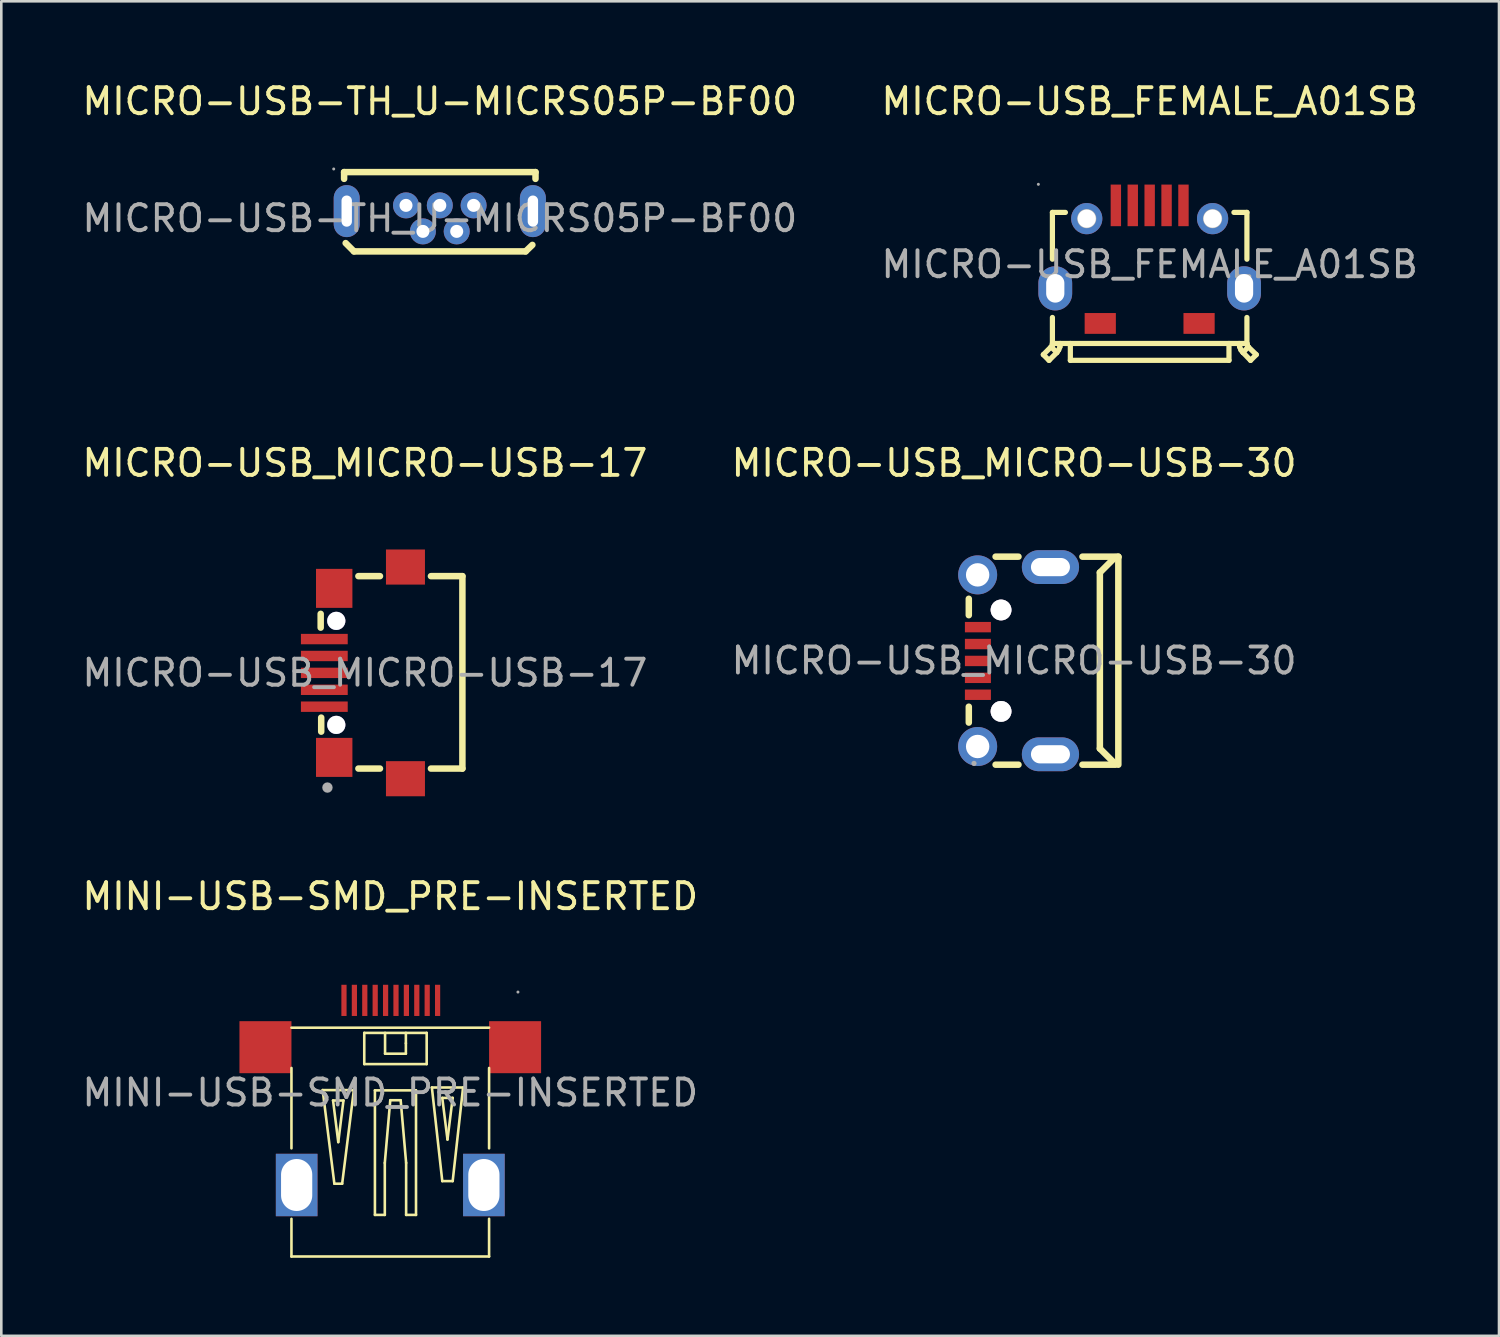
<source format=kicad_pcb>
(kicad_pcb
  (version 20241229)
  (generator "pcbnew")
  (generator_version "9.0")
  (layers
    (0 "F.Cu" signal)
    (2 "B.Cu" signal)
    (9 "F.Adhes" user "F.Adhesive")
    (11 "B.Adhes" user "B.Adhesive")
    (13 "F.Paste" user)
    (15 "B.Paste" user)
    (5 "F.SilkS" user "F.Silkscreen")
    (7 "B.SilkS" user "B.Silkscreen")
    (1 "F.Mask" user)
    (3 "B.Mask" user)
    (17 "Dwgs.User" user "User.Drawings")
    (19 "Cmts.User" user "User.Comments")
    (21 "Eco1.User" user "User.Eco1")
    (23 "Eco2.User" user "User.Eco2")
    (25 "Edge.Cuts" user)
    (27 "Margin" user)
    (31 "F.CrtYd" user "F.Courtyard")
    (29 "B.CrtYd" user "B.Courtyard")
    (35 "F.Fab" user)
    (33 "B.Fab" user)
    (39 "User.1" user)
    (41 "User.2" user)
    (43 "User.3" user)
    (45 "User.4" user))
  (footprint "MICRO-USB-TH_U-MICRS05P-BF00"
    (layer "F.Cu")
    (at 13.863 5.348)
    (property "Reference" "MICRO-USB-TH_U-MICRS05P-BF00" (at 0 -4.5 0) (layer "F.SilkS") (effects (font (size 1 1) (thickness 0.15))))
    (attr through_hole)
    (fp_line (start -3.68 -1.78) (end 3.68 -1.78) (stroke (width 0.25) (type solid)) (layer "F.SilkS"))
    (fp_line (start -3.68 -1.52) (end -3.68 -1.78) (stroke (width 0.25) (type solid)) (layer "F.SilkS"))
    (fp_line (start -3.62 0.95) (end -3.3 1.27) (stroke (width 0.25) (type solid)) (layer "F.SilkS"))
    (fp_line (start -3.3 1.27) (end 3.3 1.27) (stroke (width 0.25) (type solid)) (layer "F.SilkS"))
    (fp_line (start 3.3 1.27) (end 3.56 1.02) (stroke (width 0.25) (type solid)) (layer "F.SilkS"))
    (fp_line (start 3.68 -1.78) (end 3.68 -1.52) (stroke (width 0.25) (type solid)) (layer "F.SilkS"))
    (fp_circle (center -4.08 -1.9) (end -4.05 -1.9) (stroke (width 0.06) (type solid)) (fill no) (layer "F.Fab"))
    (fp_circle (center -1.3 -0.5) (end -1.22 -0.5) (stroke (width 0.15) (type solid)) (fill no) (layer "F.Fab"))
    (fp_circle (center -0.65 0.5) (end -0.57 0.5) (stroke (width 0.15) (type solid)) (fill no) (layer "F.Fab"))
    (fp_circle (center 0 -0.5) (end 0.08 -0.5) (stroke (width 0.15) (type solid)) (fill no) (layer "F.Fab"))
    (fp_circle (center 0.65 0.5) (end 0.73 0.5) (stroke (width 0.15) (type solid)) (fill no) (layer "F.Fab"))
    (fp_circle (center 1.3 -0.5) (end 1.38 -0.5) (stroke (width 0.15) (type solid)) (fill no) (layer "F.Fab"))
    (fp_text user "${REFERENCE}" (at 0 0 0) (layer "F.Fab") (effects (font (size 1 1) (thickness 0.15))))
    (pad "1" thru_hole circle (at -1.3 -0.5) (size 1 1) (drill 0.5) (layers "*.Cu" "*.Paste" "*.Mask"))
    (pad "2" thru_hole circle (at -0.65 0.5) (size 1 1) (drill 0.5) (layers "*.Cu" "*.Paste" "*.Mask"))
    (pad "3" thru_hole circle (at 0 -0.5) (size 1 1) (drill 0.5) (layers "*.Cu" "*.Paste" "*.Mask"))
    (pad "4" thru_hole circle (at 0.65 0.5) (size 1 1) (drill 0.5) (layers "*.Cu" "*.Paste" "*.Mask"))
    (pad "5" thru_hole circle (at 1.3 -0.5) (size 1 1) (drill 0.5) (layers "*.Cu" "*.Paste" "*.Mask"))
    (pad "6" thru_hole oval (at -3.58 -0.28 90) (size 2 1) (drill oval 1.2 0.4) (layers "*.Cu" "*.Paste" "*.Mask"))
    (pad "6" thru_hole oval (at 3.58 -0.28 90) (size 2 1) (drill oval 1.2 0.4) (layers "*.Cu" "*.Paste" "*.Mask")))
  (footprint "MICRO-USB_MICRO-USB-17"
    (layer "F.Cu")
    (at 10.982 22.826)
    (property "Reference" "MICRO-USB_MICRO-USB-17" (at 0 -8.07 0) (layer "F.SilkS") (effects (font (size 1 1) (thickness 0.15))))
    (attr through_hole)
    (fp_line (start -1.7 -2.27) (end -1.7 -1.74) (stroke (width 0.25) (type solid)) (layer "F.SilkS"))
    (fp_line (start -1.68 1.72) (end -1.68 2.26) (stroke (width 0.25) (type solid)) (layer "F.SilkS"))
    (fp_line (start 0.58 -3.72) (end -0.25 -3.72) (stroke (width 0.25) (type solid)) (layer "F.SilkS"))
    (fp_line (start 0.58 3.68) (end -0.25 3.68) (stroke (width 0.25) (type solid)) (layer "F.SilkS"))
    (fp_line (start 3.75 -3.72) (end 2.54 -3.72) (stroke (width 0.25) (type solid)) (layer "F.SilkS"))
    (fp_line (start 3.75 -3.72) (end 3.75 3.68) (stroke (width 0.25) (type solid)) (layer "F.SilkS"))
    (fp_line (start 3.75 3.68) (end 2.54 3.68) (stroke (width 0.25) (type solid)) (layer "F.SilkS"))
    (fp_circle (center -1.44 4.41) (end -1.34 4.41) (stroke (width 0.2) (type solid)) (fill no) (layer "F.Fab"))
    (fp_text user "${REFERENCE}" (at 0 0 0) (layer "F.Fab") (effects (font (size 1 1) (thickness 0.15))))
    (pad "" thru_hole circle (at -1.1 -2) (size 0.7 0.7) (drill 0.7) (layers "*.Cu" "*.Mask"))
    (pad "" thru_hole circle (at -1.1 2) (size 0.7 0.7) (drill 0.7) (layers "*.Cu" "*.Mask"))
    (pad "0" smd rect (at -1.18 -3.25 270) (size 1.5 1.4) (layers "F.Cu" "F.Mask" "F.Paste"))
    (pad "0" smd rect (at -1.18 3.25 270) (size 1.5 1.4) (layers "F.Cu" "F.Mask" "F.Paste"))
    (pad "0" smd rect (at 1.56 -4.07) (size 1.5 1.35) (layers "F.Cu" "F.Mask" "F.Paste"))
    (pad "0" smd rect (at 1.56 4.07) (size 1.5 1.35) (layers "F.Cu" "F.Mask" "F.Paste"))
    (pad "1" smd rect (at -1.56 1.3) (size 1.8 0.4) (layers "F.Cu" "F.Mask" "F.Paste"))
    (pad "2" smd rect (at -1.56 0.65) (size 1.8 0.4) (layers "F.Cu" "F.Mask" "F.Paste"))
    (pad "3" smd rect (at -1.56 0) (size 1.8 0.4) (layers "F.Cu" "F.Mask" "F.Paste"))
    (pad "4" smd rect (at -1.56 -0.65) (size 1.8 0.4) (layers "F.Cu" "F.Mask" "F.Paste"))
    (pad "5" smd rect (at -1.56 -1.3) (size 1.8 0.4) (layers "F.Cu" "F.Mask" "F.Paste")))
  (footprint "MICRO-USB_MICRO-USB-30"
    (layer "F.Cu")
    (at 35.946 22.357)
    (property "Reference" "MICRO-USB_MICRO-USB-30" (at 0 -7.6 0) (layer "F.SilkS") (effects (font (size 1 1) (thickness 0.15))))
    (attr through_hole)
    (fp_line (start -1.74 -2.38) (end -1.74 -1.75) (stroke (width 0.25) (type solid)) (layer "F.SilkS"))
    (fp_line (start -1.74 1.77) (end -1.74 2.38) (stroke (width 0.25) (type solid)) (layer "F.SilkS"))
    (fp_line (start -0.71 -4) (end 0.17 -4) (stroke (width 0.25) (type solid)) (layer "F.SilkS"))
    (fp_line (start -0.71 4) (end 0.17 4) (stroke (width 0.25) (type solid)) (layer "F.SilkS"))
    (fp_line (start 2.63 -4) (end 4.01 -4) (stroke (width 0.25) (type solid)) (layer "F.SilkS"))
    (fp_line (start 2.63 4) (end 3.89 4) (stroke (width 0.25) (type solid)) (layer "F.SilkS"))
    (fp_line (start 3.3 -3.39) (end 3.3 3.38) (stroke (width 0.25) (type solid)) (layer "F.SilkS"))
    (fp_line (start 3.89 -3.98) (end 3.3 -3.39) (stroke (width 0.25) (type solid)) (layer "F.SilkS"))
    (fp_line (start 3.89 3.97) (end 3.3 3.38) (stroke (width 0.25) (type solid)) (layer "F.SilkS"))
    (fp_line (start 3.99 3.97) (end 3.89 3.97) (stroke (width 0.25) (type solid)) (layer "F.SilkS"))
    (fp_line (start 4.01 -4) (end 4.01 4) (stroke (width 0.25) (type solid)) (layer "F.SilkS"))
    (fp_line (start 4.01 -3.98) (end 3.89 -3.98) (stroke (width 0.25) (type solid)) (layer "F.SilkS"))
    (fp_circle (center -1.54 3.95) (end -1.49 3.95) (stroke (width 0.1) (type solid)) (fill no) (layer "F.Fab"))
    (fp_circle (center -1.4 -3.3) (end -1.25 -3.3) (stroke (width 0.3) (type solid)) (fill no) (layer "F.Fab"))
    (fp_circle (center -1.4 3.3) (end -1.25 3.3) (stroke (width 0.3) (type solid)) (fill no) (layer "F.Fab"))
    (fp_circle (center -0.5 -1.95) (end -0.3 -1.95) (stroke (width 0.4) (type solid)) (fill no) (layer "F.Fab"))
    (fp_circle (center -0.5 -1.95) (end -0.2 -1.95) (stroke (width 0.13) (type solid)) (fill no) (layer "F.Fab"))
    (fp_circle (center -0.5 1.95) (end -0.3 1.95) (stroke (width 0.4) (type solid)) (fill no) (layer "F.Fab"))
    (fp_circle (center -0.5 1.95) (end -0.2 1.95) (stroke (width 0.13) (type solid)) (fill no) (layer "F.Fab"))
    (fp_text user "${REFERENCE}" (at 0 0 0) (layer "F.Fab") (effects (font (size 1 1) (thickness 0.15))))
    (pad "" thru_hole circle (at -0.5 -1.95) (size 0.8 0.8) (drill 0.8) (layers "*.Cu" "*.Mask"))
    (pad "" thru_hole circle (at -0.5 1.95) (size 0.8 0.8) (drill 0.8) (layers "*.Cu" "*.Mask"))
    (pad "1" smd rect (at -1.39 1.31) (size 1 0.4) (layers "F.Cu" "F.Mask" "F.Paste"))
    (pad "2" smd rect (at -1.39 0.66) (size 1 0.4) (layers "F.Cu" "F.Mask" "F.Paste"))
    (pad "3" smd rect (at -1.39 0.01) (size 1 0.4) (layers "F.Cu" "F.Mask" "F.Paste"))
    (pad "4" smd rect (at -1.39 -0.64) (size 1 0.4) (layers "F.Cu" "F.Mask" "F.Paste"))
    (pad "5" smd rect (at -1.39 -1.29) (size 1 0.4) (layers "F.Cu" "F.Mask" "F.Paste"))
    (pad "6" thru_hole circle (at -1.4 -3.3 90) (size 1.5 1.5) (drill 0.9) (layers "*.Cu" "*.Paste" "*.Mask"))
    (pad "7" thru_hole oval (at 1.4 -3.6 90) (size 1.3 2.2) (drill oval 0.7 1.5) (layers "*.Cu" "*.Paste" "*.Mask"))
    (pad "8" thru_hole oval (at 1.4 3.6 90) (size 1.3 2.2) (drill oval 0.7 1.5) (layers "*.Cu" "*.Paste" "*.Mask"))
    (pad "9" thru_hole circle (at -1.4 3.3 90) (size 1.5 1.5) (drill 0.9) (layers "*.Cu" "*.Paste" "*.Mask")))
  (footprint "MINI-USB-SMD_PRE-INSERTED"
    (layer "F.Cu")
    (at 11.958 38.97)
    (property "Reference" "MINI-USB-SMD_PRE-INSERTED" (at 0 -7.55 0) (layer "F.SilkS") (effects (font (size 1 1) (thickness 0.15))))
    (attr through_hole)
    (fp_line (start -3.8 -2.5) (end 3.8 -2.5) (stroke (width 0.1) (type solid)) (layer "F.SilkS"))
    (fp_line (start -3.8 2.14) (end -3.8 -0.95) (stroke (width 0.1) (type solid)) (layer "F.SilkS"))
    (fp_line (start -3.8 6.3) (end -3.8 4.85) (stroke (width 0.1) (type solid)) (layer "F.SilkS"))
    (fp_line (start -3.8 6.3) (end 3.8 6.3) (stroke (width 0.1) (type solid)) (layer "F.SilkS"))
    (fp_line (start -2.6 -0.1) (end -1.4 -0.1) (stroke (width 0.1) (type solid)) (layer "F.SilkS"))
    (fp_line (start -2.2 0.3) (end -1.8 0.3) (stroke (width 0.1) (type solid)) (layer "F.SilkS"))
    (fp_line (start -2.15 3.5) (end -2.6 -0.1) (stroke (width 0.1) (type solid)) (layer "F.SilkS"))
    (fp_line (start -2 1.9) (end -2.2 0.3) (stroke (width 0.1) (type solid)) (layer "F.SilkS"))
    (fp_line (start -1.85 3.5) (end -2.15 3.5) (stroke (width 0.1) (type solid)) (layer "F.SilkS"))
    (fp_line (start -1.8 0.3) (end -2 1.9) (stroke (width 0.1) (type solid)) (layer "F.SilkS"))
    (fp_line (start -1.4 -0.1) (end -1.85 3.5) (stroke (width 0.1) (type solid)) (layer "F.SilkS"))
    (fp_line (start -1 -2.3) (end 1.4 -2.3) (stroke (width 0.1) (type solid)) (layer "F.SilkS"))
    (fp_line (start -1 -1.1) (end -1 -2.3) (stroke (width 0.1) (type solid)) (layer "F.SilkS"))
    (fp_line (start -0.59 -0.09) (end 0.99 -0.09) (stroke (width 0.1) (type solid)) (layer "F.SilkS"))
    (fp_line (start -0.59 4.7) (end -0.59 -0.09) (stroke (width 0.1) (type solid)) (layer "F.SilkS"))
    (fp_line (start -0.21 2.7) (end -0.21 4.7) (stroke (width 0.1) (type solid)) (layer "F.SilkS"))
    (fp_line (start -0.21 4.7) (end -0.59 4.7) (stroke (width 0.1) (type solid)) (layer "F.SilkS"))
    (fp_line (start -0.2 -2.3) (end -0.2 -1.5) (stroke (width 0.1) (type solid)) (layer "F.SilkS"))
    (fp_line (start -0.2 -1.5) (end 0.6 -1.5) (stroke (width 0.1) (type solid)) (layer "F.SilkS"))
    (fp_line (start 0 0.29) (end -0.21 2.7) (stroke (width 0.1) (type solid)) (layer "F.SilkS"))
    (fp_line (start 0.4 0.29) (end 0 0.29) (stroke (width 0.1) (type solid)) (layer "F.SilkS"))
    (fp_line (start 0.6 -1.9) (end 0.6 -2.3) (stroke (width 0.1) (type solid)) (layer "F.SilkS"))
    (fp_line (start 0.6 -1.5) (end 0.6 -1.9) (stroke (width 0.1) (type solid)) (layer "F.SilkS"))
    (fp_line (start 0.61 2.7) (end 0.4 0.29) (stroke (width 0.1) (type solid)) (layer "F.SilkS"))
    (fp_line (start 0.61 4.7) (end 0.61 2.7) (stroke (width 0.1) (type solid)) (layer "F.SilkS"))
    (fp_line (start 0.99 -0.09) (end 0.99 4.7) (stroke (width 0.1) (type solid)) (layer "F.SilkS"))
    (fp_line (start 0.99 4.7) (end 0.61 4.7) (stroke (width 0.1) (type solid)) (layer "F.SilkS"))
    (fp_line (start 1.4 -2.3) (end 1.4 -1.1) (stroke (width 0.1) (type solid)) (layer "F.SilkS"))
    (fp_line (start 1.4 -1.1) (end -1 -1.1) (stroke (width 0.1) (type solid)) (layer "F.SilkS"))
    (fp_line (start 1.6 -0.2) (end 2.8 -0.2) (stroke (width 0.1) (type solid)) (layer "F.SilkS"))
    (fp_line (start 2 0.2) (end 2.4 0.2) (stroke (width 0.1) (type solid)) (layer "F.SilkS"))
    (fp_line (start 2 3.4) (end 1.6 -0.2) (stroke (width 0.1) (type solid)) (layer "F.SilkS"))
    (fp_line (start 2.2 1.8) (end 2 0.2) (stroke (width 0.1) (type solid)) (layer "F.SilkS"))
    (fp_line (start 2.4 0.2) (end 2.2 1.8) (stroke (width 0.1) (type solid)) (layer "F.SilkS"))
    (fp_line (start 2.4 3.4) (end 2 3.4) (stroke (width 0.1) (type solid)) (layer "F.SilkS"))
    (fp_line (start 2.8 -0.2) (end 2.4 3.4) (stroke (width 0.1) (type solid)) (layer "F.SilkS"))
    (fp_line (start 3.8 2.14) (end 3.8 -0.95) (stroke (width 0.1) (type solid)) (layer "F.SilkS"))
    (fp_line (start 3.8 6.3) (end 3.8 4.85) (stroke (width 0.1) (type solid)) (layer "F.SilkS"))
    (fp_circle (center 4.91 -3.87) (end 4.94 -3.87) (stroke (width 0.06) (type solid)) (fill no) (layer "F.Fab"))
    (fp_text user "${REFERENCE}" (at 0 0 0) (layer "F.Fab") (effects (font (size 1 1) (thickness 0.15))))
    (pad "1" smd rect (at 1.82 -3.55 180) (size 0.2 1.2) (layers "F.Cu" "F.Mask" "F.Paste"))
    (pad "2" smd rect (at 1.42 -3.55 180) (size 0.2 1.2) (layers "F.Cu" "F.Mask" "F.Paste"))
    (pad "3" smd rect (at 1.02 -3.55 180) (size 0.2 1.2) (layers "F.Cu" "F.Mask" "F.Paste"))
    (pad "4" smd rect (at 0.62 -3.55 180) (size 0.2 1.2) (layers "F.Cu" "F.Mask" "F.Paste"))
    (pad "5" smd rect (at 0.22 -3.55 180) (size 0.2 1.2) (layers "F.Cu" "F.Mask" "F.Paste"))
    (pad "6" smd rect (at -0.18 -3.55 180) (size 0.2 1.2) (layers "F.Cu" "F.Mask" "F.Paste"))
    (pad "7" smd rect (at -0.58 -3.55 180) (size 0.2 1.2) (layers "F.Cu" "F.Mask" "F.Paste"))
    (pad "8" smd rect (at -0.98 -3.55 180) (size 0.2 1.2) (layers "F.Cu" "F.Mask" "F.Paste"))
    (pad "9" smd rect (at -1.38 -3.55 180) (size 0.2 1.2) (layers "F.Cu" "F.Mask" "F.Paste"))
    (pad "10" smd rect (at -1.78 -3.55 180) (size 0.2 1.2) (layers "F.Cu" "F.Mask" "F.Paste"))
    (pad "11" smd rect (at -4.8 -1.75 180) (size 2 2) (layers "F.Cu" "F.Mask" "F.Paste"))
    (pad "12" smd rect (at 4.8 -1.75 180) (size 2 2) (layers "F.Cu" "F.Mask" "F.Paste"))
    (pad "13" thru_hole rect (at -3.6 3.55 270) (size 2.4 1.6) (drill oval 2 1.2) (layers "*.Cu" "*.Paste" "*.Mask"))
    (pad "14" thru_hole rect (at 3.6 3.55 270) (size 2.4 1.6) (drill oval 2 1.2) (layers "*.Cu" "*.Paste" "*.Mask")))
  (footprint "MICRO-USB_FEMALE_A01SB"
    (layer "F.Cu")
    (at 41.161 7.118)
    (property "Reference" "MICRO-USB_FEMALE_A01SB" (at 0 -6.27 0) (layer "F.SilkS") (effects (font (size 1 1) (thickness 0.15))))
    (attr through_hole)
    (fp_line (start -3.87 3.69) (end -4.09 3.47) (stroke (width 0.2) (type solid)) (layer "F.SilkS"))
    (fp_line (start -3.79 3.17) (end -4.09 3.47) (stroke (width 0.2) (type solid)) (layer "F.SilkS"))
    (fp_line (start -3.79 3.17) (end -3.74 3.12) (stroke (width 0.2) (type solid)) (layer "F.SilkS"))
    (fp_line (start -3.74 -2) (end -3.74 -0.2) (stroke (width 0.2) (type solid)) (layer "F.SilkS"))
    (fp_line (start -3.74 -2) (end -3.24 -2) (stroke (width 0.2) (type solid)) (layer "F.SilkS"))
    (fp_line (start -3.74 3.04) (end -3.74 2.04) (stroke (width 0.2) (type solid)) (layer "F.SilkS"))
    (fp_line (start -3.74 3.04) (end 3.74 3.04) (stroke (width 0.2) (type solid)) (layer "F.SilkS"))
    (fp_line (start -3.74 3.12) (end -3.74 3.04) (stroke (width 0.2) (type solid)) (layer "F.SilkS"))
    (fp_line (start -3.57 3.39) (end -3.87 3.69) (stroke (width 0.2) (type solid)) (layer "F.SilkS"))
    (fp_line (start -3.57 3.39) (end -3.79 3.17) (stroke (width 0.2) (type solid)) (layer "F.SilkS"))
    (fp_line (start -3.57 3.39) (end -3.5 3.29) (stroke (width 0.2) (type solid)) (layer "F.SilkS"))
    (fp_line (start -3.5 3.29) (end -3.45 3.17) (stroke (width 0.2) (type solid)) (layer "F.SilkS"))
    (fp_line (start -3.45 3.17) (end -3.44 3.04) (stroke (width 0.2) (type solid)) (layer "F.SilkS"))
    (fp_line (start -3.05 3.69) (end -3.05 3.04) (stroke (width 0.2) (type solid)) (layer "F.SilkS"))
    (fp_line (start -3.05 3.69) (end 3.05 3.69) (stroke (width 0.2) (type solid)) (layer "F.SilkS"))
    (fp_line (start 3.05 3.69) (end 3.05 3.04) (stroke (width 0.2) (type solid)) (layer "F.SilkS"))
    (fp_line (start 3.24 -2) (end 3.74 -2) (stroke (width 0.2) (type solid)) (layer "F.SilkS"))
    (fp_line (start 3.44 3.04) (end 3.46 3.17) (stroke (width 0.2) (type solid)) (layer "F.SilkS"))
    (fp_line (start 3.46 3.17) (end 3.51 3.29) (stroke (width 0.2) (type solid)) (layer "F.SilkS"))
    (fp_line (start 3.51 3.29) (end 3.59 3.39) (stroke (width 0.2) (type solid)) (layer "F.SilkS"))
    (fp_line (start 3.59 3.39) (end 3.79 3.17) (stroke (width 0.2) (type solid)) (layer "F.SilkS"))
    (fp_line (start 3.59 3.39) (end 3.88 3.69) (stroke (width 0.2) (type solid)) (layer "F.SilkS"))
    (fp_line (start 3.74 -2) (end 3.74 -0.2) (stroke (width 0.2) (type solid)) (layer "F.SilkS"))
    (fp_line (start 3.74 2.04) (end 3.74 3.04) (stroke (width 0.2) (type solid)) (layer "F.SilkS"))
    (fp_line (start 3.74 3.04) (end 3.76 3.12) (stroke (width 0.2) (type solid)) (layer "F.SilkS"))
    (fp_line (start 3.76 3.12) (end 3.79 3.17) (stroke (width 0.2) (type solid)) (layer "F.SilkS"))
    (fp_line (start 3.79 3.17) (end 4.1 3.47) (stroke (width 0.2) (type solid)) (layer "F.SilkS"))
    (fp_line (start 3.88 3.69) (end 4.1 3.47) (stroke (width 0.2) (type solid)) (layer "F.SilkS"))
    (fp_circle (center -4.28 -3.08) (end -4.25 -3.08) (stroke (width 0.06) (type solid)) (fill no) (layer "F.Fab"))
    (fp_circle (center -2.42 -1.76) (end -2.3 -1.76) (stroke (width 0.25) (type solid)) (fill no) (layer "F.Fab"))
    (fp_circle (center 2.42 -1.76) (end 2.54 -1.76) (stroke (width 0.25) (type solid)) (fill no) (layer "F.Fab"))
    (fp_text user "${REFERENCE}" (at 0 0 0) (layer "F.Fab") (effects (font (size 1 1) (thickness 0.15))))
    (pad "1" smd rect (at -1.3 -2.27) (size 0.4 1.6) (layers "F.Cu" "F.Mask" "F.Paste"))
    (pad "2" smd rect (at -0.65 -2.27) (size 0.4 1.6) (layers "F.Cu" "F.Mask" "F.Paste"))
    (pad "3" smd rect (at 0 -2.27) (size 0.4 1.6) (layers "F.Cu" "F.Mask" "F.Paste"))
    (pad "4" smd rect (at 0.65 -2.27) (size 0.4 1.6) (layers "F.Cu" "F.Mask" "F.Paste"))
    (pad "5" smd rect (at 1.3 -2.27) (size 0.4 1.6) (layers "F.Cu" "F.Mask" "F.Paste"))
    (pad "6" thru_hole oval (at -3.63 0.92) (size 1.3 1.7) (drill oval 0.7 1.1) (layers "*.Cu" "*.Paste" "*.Mask"))
    (pad "6" thru_hole circle (at -2.42 -1.76) (size 1.2 1.2) (drill 0.7) (layers "*.Cu" "*.Paste" "*.Mask"))
    (pad "6" smd rect (at -1.9 2.27 180) (size 1.2 0.8) (layers "F.Cu" "F.Mask" "F.Paste"))
    (pad "6" smd rect (at 1.9 2.27 180) (size 1.2 0.8) (layers "F.Cu" "F.Mask" "F.Paste"))
    (pad "6" thru_hole circle (at 2.42 -1.76) (size 1.2 1.2) (drill 0.7) (layers "*.Cu" "*.Paste" "*.Mask"))
    (pad "6" thru_hole oval (at 3.63 0.92) (size 1.3 1.7) (drill oval 0.7 1.1) (layers "*.Cu" "*.Paste" "*.Mask")))
  (gr_rect
    (start -3 -3)
    (end 54.595 48.32)
    (stroke (width 0.1) (type default))
    (fill no)
    (layer "Edge.Cuts")))
</source>
